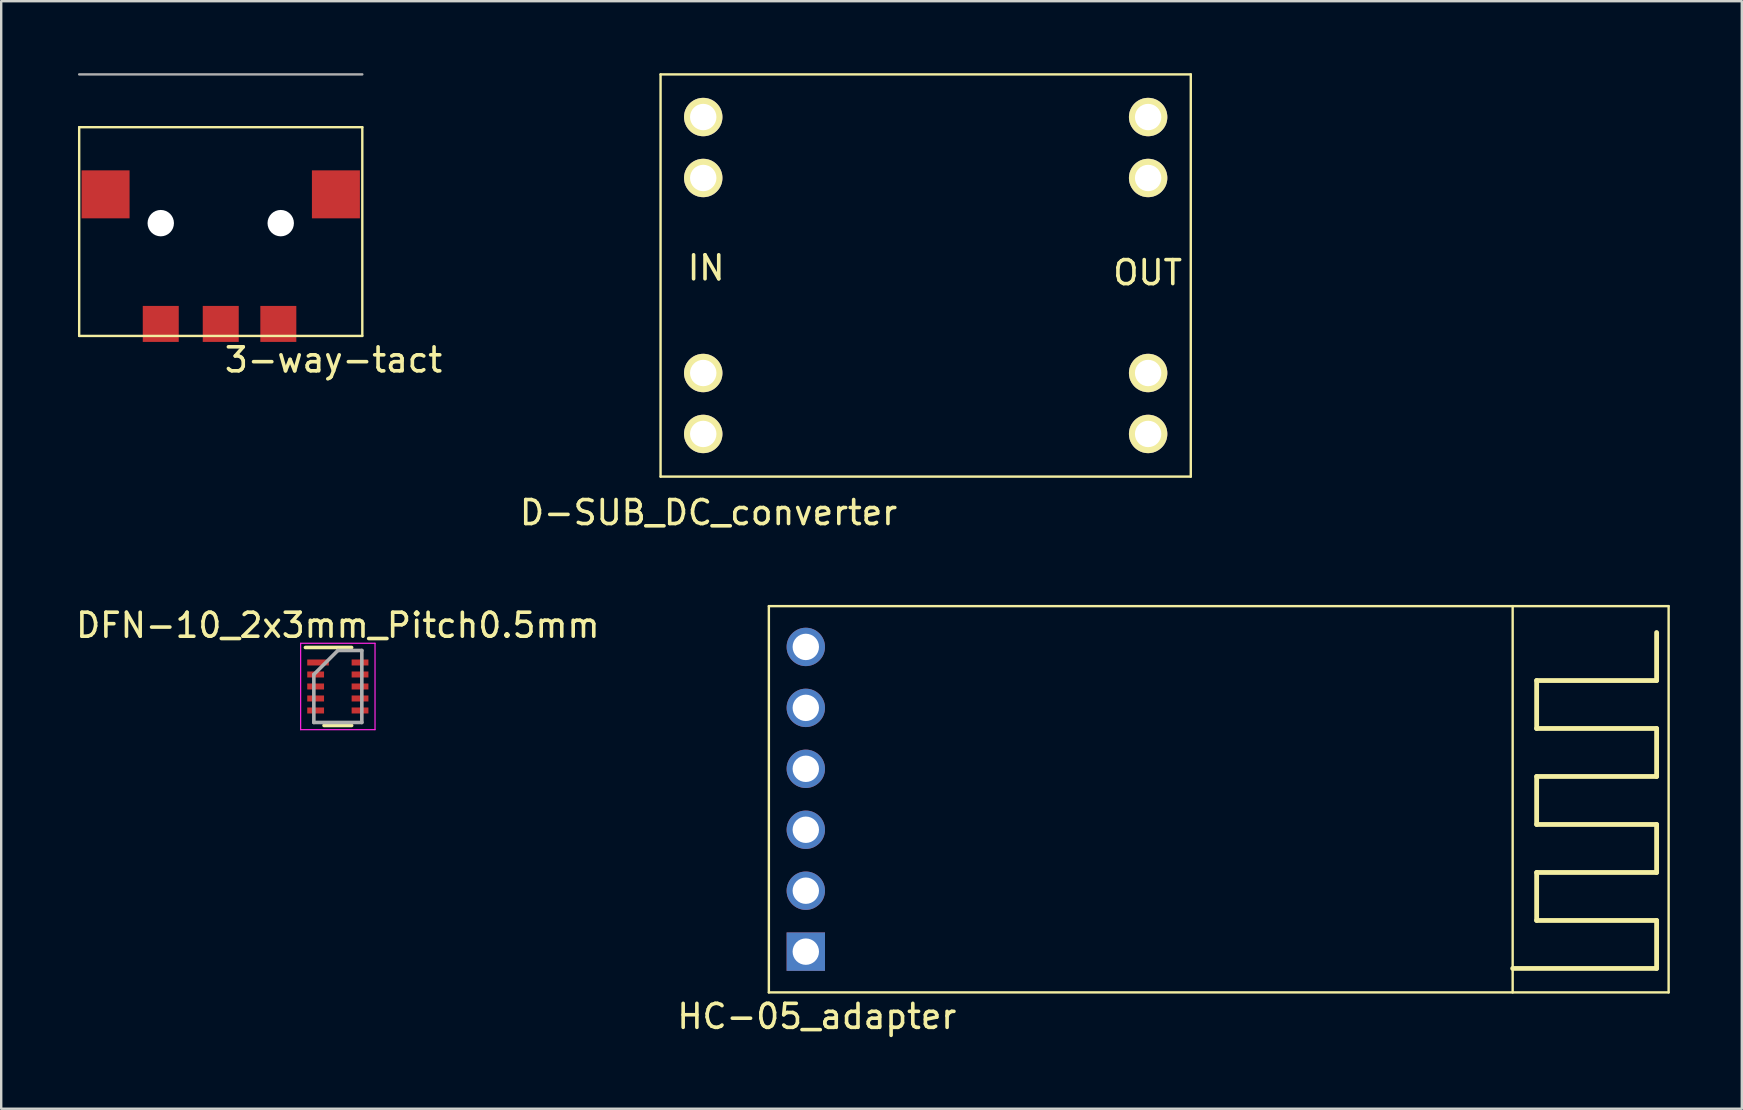
<source format=kicad_pcb>
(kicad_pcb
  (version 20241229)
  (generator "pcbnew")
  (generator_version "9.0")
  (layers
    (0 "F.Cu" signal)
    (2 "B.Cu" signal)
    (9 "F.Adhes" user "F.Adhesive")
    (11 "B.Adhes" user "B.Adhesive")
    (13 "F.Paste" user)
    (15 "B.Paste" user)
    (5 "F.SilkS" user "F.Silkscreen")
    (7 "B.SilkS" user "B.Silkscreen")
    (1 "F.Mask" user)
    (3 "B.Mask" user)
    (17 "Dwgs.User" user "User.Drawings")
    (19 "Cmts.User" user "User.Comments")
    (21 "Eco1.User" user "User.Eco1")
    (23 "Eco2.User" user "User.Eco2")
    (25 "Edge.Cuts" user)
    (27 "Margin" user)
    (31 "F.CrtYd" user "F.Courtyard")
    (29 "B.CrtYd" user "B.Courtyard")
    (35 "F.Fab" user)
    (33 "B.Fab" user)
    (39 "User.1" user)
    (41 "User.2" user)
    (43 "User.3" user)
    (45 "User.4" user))
  (footprint "HC-05_adapter"
    (layer "F.Cu")
    (at 28.994 38.312)
    (property "Reference" "HC-05_adapter" (at 2 1 0) (layer "F.SilkS") (effects (font (size 1 1) (thickness 0.15))))
    (attr through_hole)
    (fp_line (start 0 -16.1) (end 37.5 -16.1) (stroke (width 0.1) (type solid)) (layer "F.SilkS"))
    (fp_line (start 0 0) (end 0 -16.1) (stroke (width 0.1) (type solid)) (layer "F.SilkS"))
    (fp_line (start 0 0) (end 37.5 0) (stroke (width 0.1) (type solid)) (layer "F.SilkS"))
    (fp_line (start 31 -16.1) (end 31 0) (stroke (width 0.1) (type solid)) (layer "F.SilkS"))
    (fp_line (start 31 -1) (end 37 -1) (stroke (width 0.2) (type solid)) (layer "F.SilkS"))
    (fp_line (start 32 -13) (end 37 -13) (stroke (width 0.2) (type solid)) (layer "F.SilkS"))
    (fp_line (start 32 -11) (end 32 -13) (stroke (width 0.2) (type solid)) (layer "F.SilkS"))
    (fp_line (start 32 -9) (end 37 -9) (stroke (width 0.2) (type solid)) (layer "F.SilkS"))
    (fp_line (start 32 -7) (end 32 -9) (stroke (width 0.2) (type solid)) (layer "F.SilkS"))
    (fp_line (start 32 -5) (end 37 -5) (stroke (width 0.2) (type solid)) (layer "F.SilkS"))
    (fp_line (start 32 -3) (end 32 -5) (stroke (width 0.2) (type solid)) (layer "F.SilkS"))
    (fp_line (start 37 -13) (end 37 -15) (stroke (width 0.2) (type solid)) (layer "F.SilkS"))
    (fp_line (start 37 -11) (end 32 -11) (stroke (width 0.2) (type solid)) (layer "F.SilkS"))
    (fp_line (start 37 -9) (end 37 -11) (stroke (width 0.2) (type solid)) (layer "F.SilkS"))
    (fp_line (start 37 -7) (end 32 -7) (stroke (width 0.2) (type solid)) (layer "F.SilkS"))
    (fp_line (start 37 -5) (end 37 -7) (stroke (width 0.2) (type solid)) (layer "F.SilkS"))
    (fp_line (start 37 -3) (end 32 -3) (stroke (width 0.2) (type solid)) (layer "F.SilkS"))
    (fp_line (start 37 -1) (end 37 -3) (stroke (width 0.2) (type solid)) (layer "F.SilkS"))
    (fp_line (start 37.5 -16.1) (end 37.5 0) (stroke (width 0.1) (type solid)) (layer "F.SilkS"))
    (pad "1" thru_hole rect (at 1.54 -1.7) (size 1.6 1.6) (drill 1.1) (layers "*.Cu" "*.Mask"))
    (pad "2" thru_hole circle (at 1.54 -4.24) (size 1.6 1.6) (drill 1.1) (layers "*.Cu" "*.Mask"))
    (pad "3" thru_hole circle (at 1.54 -6.78) (size 1.6 1.6) (drill 1.1) (layers "*.Cu" "*.Mask"))
    (pad "4" thru_hole circle (at 1.54 -9.32) (size 1.6 1.6) (drill 1.1) (layers "*.Cu" "*.Mask"))
    (pad "5" thru_hole circle (at 1.54 -11.86) (size 1.6 1.6) (drill 1.1) (layers "*.Cu" "*.Mask"))
    (pad "6" thru_hole circle (at 1.54 -14.4) (size 1.6 1.6) (drill 1.1) (layers "*.Cu" "*.Mask")))
  (footprint "DFN-10_2x3mm_Pitch0.5mm"
    (layer "F.Cu")
    (at 11.03 25.561)
    (property "Reference" "DFN-10_2x3mm_Pitch0.5mm" (at 0 -2.55 0) (layer "F.SilkS") (effects (font (size 1 1) (thickness 0.15))))
    (attr smd)
    (fp_line (start -1.35 -1.625) (end 0.575 -1.625) (stroke (width 0.15) (type solid)) (layer "F.SilkS"))
    (fp_line (start -0.575 1.625) (end 0.575 1.625) (stroke (width 0.15) (type solid)) (layer "F.SilkS"))
    (fp_line (start -1.55 -1.8) (end -1.55 1.8) (stroke (width 0.05) (type solid)) (layer "F.CrtYd"))
    (fp_line (start -1.55 -1.8) (end 1.55 -1.8) (stroke (width 0.05) (type solid)) (layer "F.CrtYd"))
    (fp_line (start -1.55 1.8) (end 1.55 1.8) (stroke (width 0.05) (type solid)) (layer "F.CrtYd"))
    (fp_line (start 1.55 -1.8) (end 1.55 1.8) (stroke (width 0.05) (type solid)) (layer "F.CrtYd"))
    (fp_line (start -1 -0.5) (end 0 -1.5) (stroke (width 0.15) (type solid)) (layer "F.Fab"))
    (fp_line (start -1 1.5) (end -1 -0.5) (stroke (width 0.15) (type solid)) (layer "F.Fab"))
    (fp_line (start 0 -1.5) (end 1 -1.5) (stroke (width 0.15) (type solid)) (layer "F.Fab"))
    (fp_line (start 1 -1.5) (end 1 1.5) (stroke (width 0.15) (type solid)) (layer "F.Fab"))
    (fp_line (start 1 1.5) (end -1 1.5) (stroke (width 0.15) (type solid)) (layer "F.Fab"))
    (pad "1" smd rect (at -0.825 -1) (size 0.9 0.25) (layers "F.Cu" "F.Mask" "F.Paste"))
    (pad "2" smd rect (at -0.925 -0.5) (size 0.7 0.25) (layers "F.Cu" "F.Mask" "F.Paste"))
    (pad "3" smd rect (at -0.925 0) (size 0.7 0.25) (layers "F.Cu" "F.Mask" "F.Paste"))
    (pad "4" smd rect (at -0.925 0.5) (size 0.7 0.25) (layers "F.Cu" "F.Mask" "F.Paste"))
    (pad "5" smd rect (at -0.925 1) (size 0.7 0.25) (layers "F.Cu" "F.Mask" "F.Paste"))
    (pad "6" smd rect (at 0.925 1) (size 0.7 0.25) (layers "F.Cu" "F.Mask" "F.Paste"))
    (pad "7" smd rect (at 0.925 0.5) (size 0.7 0.25) (layers "F.Cu" "F.Mask" "F.Paste"))
    (pad "8" smd rect (at 0.925 0) (size 0.7 0.25) (layers "F.Cu" "F.Mask" "F.Paste"))
    (pad "9" smd rect (at 0.925 -0.5) (size 0.7 0.25) (layers "F.Cu" "F.Mask" "F.Paste"))
    (pad "10" smd rect (at 0.925 -1) (size 0.7 0.25) (layers "F.Cu" "F.Mask" "F.Paste")))
  (footprint "D-SUB_DC_converter"
    (layer "F.Cu")
    (at 24.481 16.814)
    (property "Reference" "D-SUB_DC_converter" (at 2 1.5 0) (layer "F.SilkS") (effects (font (size 1 1) (thickness 0.15))))
    (attr through_hole)
    (fp_line (start 0 -16.764) (end 0 0) (stroke (width 0.1) (type solid)) (layer "F.SilkS"))
    (fp_line (start 0 0) (end 22.098 0) (stroke (width 0.1) (type solid)) (layer "F.SilkS"))
    (fp_line (start 22.098 -16.764) (end 0 -16.764) (stroke (width 0.1) (type solid)) (layer "F.SilkS"))
    (fp_line (start 22.098 0) (end 22.098 -16.764) (stroke (width 0.1) (type solid)) (layer "F.SilkS"))
    (fp_text user "IN" (at 1.9 -8.7 180) (layer "F.SilkS") (effects (font (size 1 1) (thickness 0.15))))
    (fp_text user "OUT" (at 20.3 -8.5 0) (layer "F.SilkS") (effects (font (size 1 1) (thickness 0.15))))
    (pad "1" thru_hole circle (at 1.778 -4.318 270) (size 1.6 1.6) (drill 1.1) (layers "*.Cu" "*.Mask" "F.SilkS"))
    (pad "1" thru_hole circle (at 1.778 -1.778 270) (size 1.6 1.6) (drill 1.1) (layers "*.Cu" "*.Mask" "F.SilkS"))
    (pad "2" thru_hole circle (at 1.778 -14.986 270) (size 1.6 1.6) (drill 1.1) (layers "*.Cu" "*.Mask" "F.SilkS"))
    (pad "2" thru_hole circle (at 1.778 -12.446 270) (size 1.6 1.6) (drill 1.1) (layers "*.Cu" "*.Mask" "F.SilkS"))
    (pad "3" thru_hole circle (at 20.32 -14.986 270) (size 1.6 1.6) (drill 1.1) (layers "*.Cu" "*.Mask" "F.SilkS"))
    (pad "3" thru_hole circle (at 20.32 -12.446 270) (size 1.6 1.6) (drill 1.1) (layers "*.Cu" "*.Mask" "F.SilkS"))
    (pad "4" thru_hole circle (at 20.32 -4.318 270) (size 1.6 1.6) (drill 1.1) (layers "*.Cu" "*.Mask" "F.SilkS"))
    (pad "4" thru_hole circle (at 20.32 -1.778 270) (size 1.6 1.6) (drill 1.1) (layers "*.Cu" "*.Mask" "F.SilkS")))
  (footprint "3-way-tact"
    (layer "F.Cu")
    (at 0.25 10.95)
    (property "Reference" "3-way-tact" (at 10.6 1 0) (layer "F.SilkS") (effects (font (size 1 1) (thickness 0.15))))
    (attr through_hole)
    (fp_line (start 0 -8.7) (end 11.8 -8.7) (stroke (width 0.1) (type solid)) (layer "F.SilkS"))
    (fp_line (start 0 0) (end 0 -8.7) (stroke (width 0.1) (type solid)) (layer "F.SilkS"))
    (fp_line (start 0 0) (end 11.8 0) (stroke (width 0.1) (type solid)) (layer "F.SilkS"))
    (fp_line (start 11.8 0) (end 11.8 -8.7) (stroke (width 0.1) (type solid)) (layer "F.SilkS"))
    (fp_line (start 0 -10.9) (end 11.8 -10.9) (stroke (width 0.1) (type solid)) (layer "F.Fab"))
    (pad "" np_thru_hole circle (at 3.4 -4.7) (size 1.1 1.1) (drill 1.1) (layers "*.Cu" "*.Mask"))
    (pad "" np_thru_hole circle (at 8.4 -4.7) (size 1.1 1.1) (drill 1.1) (layers "*.Cu" "*.Mask"))
    (pad "1" smd rect (at 3.4 -0.5) (size 1.5 1.5) (layers "F.Cu" "F.Mask" "F.Paste"))
    (pad "2" smd rect (at 8.3 -0.5) (size 1.5 1.5) (layers "F.Cu" "F.Mask" "F.Paste"))
    (pad "3" smd rect (at 5.9 -0.5) (size 1.5 1.5) (layers "F.Cu" "F.Mask" "F.Paste"))
    (pad "4" smd rect (at 1.1 -5.9) (size 2 2) (layers "F.Cu" "F.Mask" "F.Paste"))
    (pad "4" smd rect (at 10.7 -5.9) (size 2 2) (layers "F.Cu" "F.Mask" "F.Paste")))
  (gr_rect
    (start -3 -3)
    (end 69.544 43.16)
    (stroke (width 0.1) (type default))
    (fill no)
    (layer "Edge.Cuts")))
</source>
